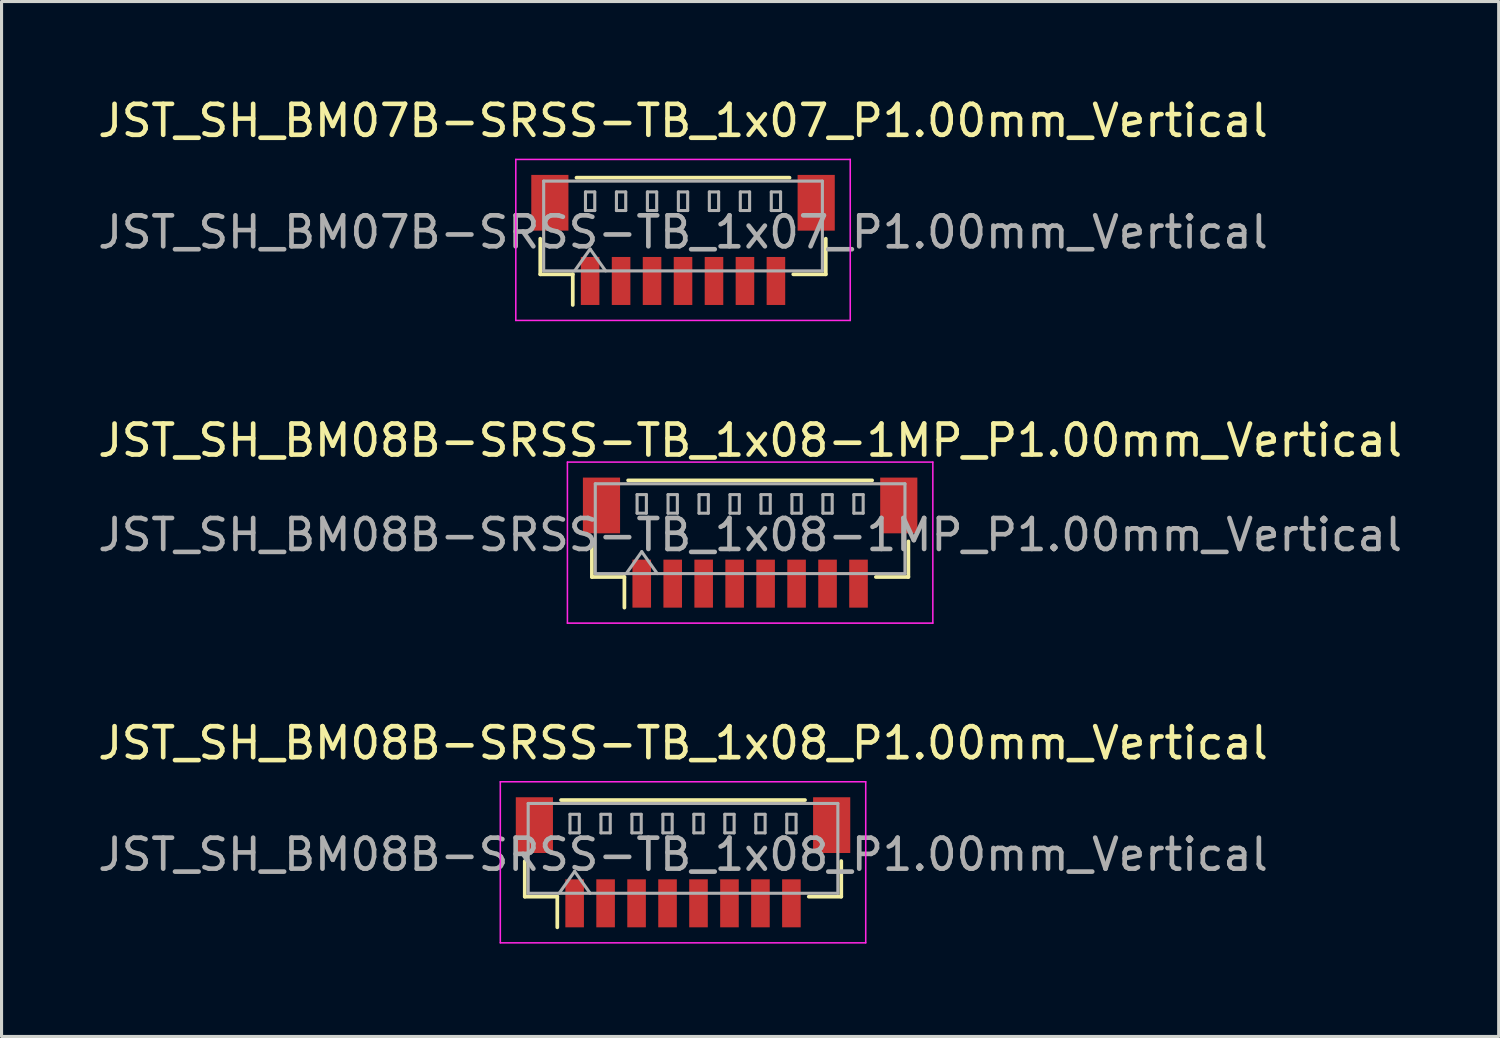
<source format=kicad_pcb>
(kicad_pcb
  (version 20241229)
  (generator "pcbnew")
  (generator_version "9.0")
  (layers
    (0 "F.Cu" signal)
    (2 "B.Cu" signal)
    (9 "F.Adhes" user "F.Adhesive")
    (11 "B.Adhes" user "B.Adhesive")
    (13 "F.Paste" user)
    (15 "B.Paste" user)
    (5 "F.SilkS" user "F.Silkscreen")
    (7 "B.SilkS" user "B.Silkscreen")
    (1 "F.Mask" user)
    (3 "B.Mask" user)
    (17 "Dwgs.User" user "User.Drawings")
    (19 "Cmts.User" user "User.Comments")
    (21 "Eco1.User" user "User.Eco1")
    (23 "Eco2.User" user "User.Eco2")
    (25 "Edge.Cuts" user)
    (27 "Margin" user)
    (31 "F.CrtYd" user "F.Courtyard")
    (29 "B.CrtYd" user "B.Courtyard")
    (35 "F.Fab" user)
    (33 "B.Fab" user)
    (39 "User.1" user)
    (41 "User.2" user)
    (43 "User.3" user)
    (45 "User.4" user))
  (footprint "JST_SH_BM08B-SRSS-TB_1x08_P1.00mm_Vertical"
    (layer "F.Cu")
    (at 19.006 24.795)
    (property "Reference" "JST_SH_BM08B-SRSS-TB_1x08_P1.00mm_Vertical" (at 0 -3.85 0) (layer "F.SilkS") (effects (font (size 1 1) (thickness 0.15))))
    (attr smd)
    (fp_line (start -5.11 -0.04) (end -5.11 1.11) (stroke (width 0.12) (type solid)) (layer "F.SilkS"))
    (fp_line (start -5.11 1.11) (end -4.06 1.11) (stroke (width 0.12) (type solid)) (layer "F.SilkS"))
    (fp_line (start -4.06 1.11) (end -4.06 2.1) (stroke (width 0.12) (type solid)) (layer "F.SilkS"))
    (fp_line (start -3.94 -2.01) (end 3.94 -2.01) (stroke (width 0.12) (type solid)) (layer "F.SilkS"))
    (fp_line (start 5.11 -0.04) (end 5.11 1.11) (stroke (width 0.12) (type solid)) (layer "F.SilkS"))
    (fp_line (start 5.11 1.11) (end 4.06 1.11) (stroke (width 0.12) (type solid)) (layer "F.SilkS"))
    (fp_line (start -5.9 -2.6) (end -5.9 2.6) (stroke (width 0.05) (type solid)) (layer "F.CrtYd"))
    (fp_line (start -5.9 2.6) (end 5.9 2.6) (stroke (width 0.05) (type solid)) (layer "F.CrtYd"))
    (fp_line (start 5.9 -2.6) (end -5.9 -2.6) (stroke (width 0.05) (type solid)) (layer "F.CrtYd"))
    (fp_line (start 5.9 2.6) (end 5.9 -2.6) (stroke (width 0.05) (type solid)) (layer "F.CrtYd"))
    (fp_line (start -5 -1.9) (end 5 -1.9) (stroke (width 0.1) (type solid)) (layer "F.Fab"))
    (fp_line (start -5 1) (end -5 -1.9) (stroke (width 0.1) (type solid)) (layer "F.Fab"))
    (fp_line (start -5 1) (end 5 1) (stroke (width 0.1) (type solid)) (layer "F.Fab"))
    (fp_line (start -4 1) (end -3.5 0.293) (stroke (width 0.1) (type solid)) (layer "F.Fab"))
    (fp_line (start -3.65 -1.55) (end -3.65 -0.95) (stroke (width 0.1) (type solid)) (layer "F.Fab"))
    (fp_line (start -3.65 -0.95) (end -3.35 -0.95) (stroke (width 0.1) (type solid)) (layer "F.Fab"))
    (fp_line (start -3.5 0.293) (end -3 1) (stroke (width 0.1) (type solid)) (layer "F.Fab"))
    (fp_line (start -3.35 -1.55) (end -3.65 -1.55) (stroke (width 0.1) (type solid)) (layer "F.Fab"))
    (fp_line (start -3.35 -0.95) (end -3.35 -1.55) (stroke (width 0.1) (type solid)) (layer "F.Fab"))
    (fp_line (start -2.65 -1.55) (end -2.65 -0.95) (stroke (width 0.1) (type solid)) (layer "F.Fab"))
    (fp_line (start -2.65 -0.95) (end -2.35 -0.95) (stroke (width 0.1) (type solid)) (layer "F.Fab"))
    (fp_line (start -2.35 -1.55) (end -2.65 -1.55) (stroke (width 0.1) (type solid)) (layer "F.Fab"))
    (fp_line (start -2.35 -0.95) (end -2.35 -1.55) (stroke (width 0.1) (type solid)) (layer "F.Fab"))
    (fp_line (start -1.65 -1.55) (end -1.65 -0.95) (stroke (width 0.1) (type solid)) (layer "F.Fab"))
    (fp_line (start -1.65 -0.95) (end -1.35 -0.95) (stroke (width 0.1) (type solid)) (layer "F.Fab"))
    (fp_line (start -1.35 -1.55) (end -1.65 -1.55) (stroke (width 0.1) (type solid)) (layer "F.Fab"))
    (fp_line (start -1.35 -0.95) (end -1.35 -1.55) (stroke (width 0.1) (type solid)) (layer "F.Fab"))
    (fp_line (start -0.65 -1.55) (end -0.65 -0.95) (stroke (width 0.1) (type solid)) (layer "F.Fab"))
    (fp_line (start -0.65 -0.95) (end -0.35 -0.95) (stroke (width 0.1) (type solid)) (layer "F.Fab"))
    (fp_line (start -0.35 -1.55) (end -0.65 -1.55) (stroke (width 0.1) (type solid)) (layer "F.Fab"))
    (fp_line (start -0.35 -0.95) (end -0.35 -1.55) (stroke (width 0.1) (type solid)) (layer "F.Fab"))
    (fp_line (start 0.35 -1.55) (end 0.35 -0.95) (stroke (width 0.1) (type solid)) (layer "F.Fab"))
    (fp_line (start 0.35 -0.95) (end 0.65 -0.95) (stroke (width 0.1) (type solid)) (layer "F.Fab"))
    (fp_line (start 0.65 -1.55) (end 0.35 -1.55) (stroke (width 0.1) (type solid)) (layer "F.Fab"))
    (fp_line (start 0.65 -0.95) (end 0.65 -1.55) (stroke (width 0.1) (type solid)) (layer "F.Fab"))
    (fp_line (start 1.35 -1.55) (end 1.35 -0.95) (stroke (width 0.1) (type solid)) (layer "F.Fab"))
    (fp_line (start 1.35 -0.95) (end 1.65 -0.95) (stroke (width 0.1) (type solid)) (layer "F.Fab"))
    (fp_line (start 1.65 -1.55) (end 1.35 -1.55) (stroke (width 0.1) (type solid)) (layer "F.Fab"))
    (fp_line (start 1.65 -0.95) (end 1.65 -1.55) (stroke (width 0.1) (type solid)) (layer "F.Fab"))
    (fp_line (start 2.35 -1.55) (end 2.35 -0.95) (stroke (width 0.1) (type solid)) (layer "F.Fab"))
    (fp_line (start 2.35 -0.95) (end 2.65 -0.95) (stroke (width 0.1) (type solid)) (layer "F.Fab"))
    (fp_line (start 2.65 -1.55) (end 2.35 -1.55) (stroke (width 0.1) (type solid)) (layer "F.Fab"))
    (fp_line (start 2.65 -0.95) (end 2.65 -1.55) (stroke (width 0.1) (type solid)) (layer "F.Fab"))
    (fp_line (start 3.35 -1.55) (end 3.35 -0.95) (stroke (width 0.1) (type solid)) (layer "F.Fab"))
    (fp_line (start 3.35 -0.95) (end 3.65 -0.95) (stroke (width 0.1) (type solid)) (layer "F.Fab"))
    (fp_line (start 3.65 -1.55) (end 3.35 -1.55) (stroke (width 0.1) (type solid)) (layer "F.Fab"))
    (fp_line (start 3.65 -0.95) (end 3.65 -1.55) (stroke (width 0.1) (type solid)) (layer "F.Fab"))
    (fp_line (start 5 1) (end 5 -1.9) (stroke (width 0.1) (type solid)) (layer "F.Fab"))
    (fp_text user "${REFERENCE}" (at 0 -0.25 0) (layer "F.Fab") (effects (font (size 1 1) (thickness 0.15))))
    (pad "" smd rect (at -4.8 -1.2) (size 1.2 1.8) (layers "F.Cu" "F.Mask" "F.Paste"))
    (pad "" smd rect (at 4.8 -1.2) (size 1.2 1.8) (layers "F.Cu" "F.Mask" "F.Paste"))
    (pad "1" smd rect (at -3.5 1.325) (size 0.6 1.55) (layers "F.Cu" "F.Mask" "F.Paste"))
    (pad "2" smd rect (at -2.5 1.325) (size 0.6 1.55) (layers "F.Cu" "F.Mask" "F.Paste"))
    (pad "3" smd rect (at -1.5 1.325) (size 0.6 1.55) (layers "F.Cu" "F.Mask" "F.Paste"))
    (pad "4" smd rect (at -0.5 1.325) (size 0.6 1.55) (layers "F.Cu" "F.Mask" "F.Paste"))
    (pad "5" smd rect (at 0.5 1.325) (size 0.6 1.55) (layers "F.Cu" "F.Mask" "F.Paste"))
    (pad "6" smd rect (at 1.5 1.325) (size 0.6 1.55) (layers "F.Cu" "F.Mask" "F.Paste"))
    (pad "7" smd rect (at 2.5 1.325) (size 0.6 1.55) (layers "F.Cu" "F.Mask" "F.Paste"))
    (pad "8" smd rect (at 3.5 1.325) (size 0.6 1.55) (layers "F.Cu" "F.Mask" "F.Paste")))
  (footprint "JST_SH_BM07B-SRSS-TB_1x07_P1.00mm_Vertical"
    (layer "F.Cu")
    (at 19.006 4.698)
    (property "Reference" "JST_SH_BM07B-SRSS-TB_1x07_P1.00mm_Vertical" (at 0 -3.85 0) (layer "F.SilkS") (effects (font (size 1 1) (thickness 0.15))))
    (attr smd)
    (fp_line (start -4.61 -0.04) (end -4.61 1.11) (stroke (width 0.12) (type solid)) (layer "F.SilkS"))
    (fp_line (start -4.61 1.11) (end -3.56 1.11) (stroke (width 0.12) (type solid)) (layer "F.SilkS"))
    (fp_line (start -3.56 1.11) (end -3.56 2.1) (stroke (width 0.12) (type solid)) (layer "F.SilkS"))
    (fp_line (start -3.44 -2.01) (end 3.44 -2.01) (stroke (width 0.12) (type solid)) (layer "F.SilkS"))
    (fp_line (start 4.61 -0.04) (end 4.61 1.11) (stroke (width 0.12) (type solid)) (layer "F.SilkS"))
    (fp_line (start 4.61 1.11) (end 3.56 1.11) (stroke (width 0.12) (type solid)) (layer "F.SilkS"))
    (fp_line (start -5.4 -2.6) (end -5.4 2.6) (stroke (width 0.05) (type solid)) (layer "F.CrtYd"))
    (fp_line (start -5.4 2.6) (end 5.4 2.6) (stroke (width 0.05) (type solid)) (layer "F.CrtYd"))
    (fp_line (start 5.4 -2.6) (end -5.4 -2.6) (stroke (width 0.05) (type solid)) (layer "F.CrtYd"))
    (fp_line (start 5.4 2.6) (end 5.4 -2.6) (stroke (width 0.05) (type solid)) (layer "F.CrtYd"))
    (fp_line (start -4.5 -1.9) (end 4.5 -1.9) (stroke (width 0.1) (type solid)) (layer "F.Fab"))
    (fp_line (start -4.5 1) (end -4.5 -1.9) (stroke (width 0.1) (type solid)) (layer "F.Fab"))
    (fp_line (start -4.5 1) (end 4.5 1) (stroke (width 0.1) (type solid)) (layer "F.Fab"))
    (fp_line (start -3.5 1) (end -3 0.293) (stroke (width 0.1) (type solid)) (layer "F.Fab"))
    (fp_line (start -3.15 -1.55) (end -3.15 -0.95) (stroke (width 0.1) (type solid)) (layer "F.Fab"))
    (fp_line (start -3.15 -0.95) (end -2.85 -0.95) (stroke (width 0.1) (type solid)) (layer "F.Fab"))
    (fp_line (start -3 0.293) (end -2.5 1) (stroke (width 0.1) (type solid)) (layer "F.Fab"))
    (fp_line (start -2.85 -1.55) (end -3.15 -1.55) (stroke (width 0.1) (type solid)) (layer "F.Fab"))
    (fp_line (start -2.85 -0.95) (end -2.85 -1.55) (stroke (width 0.1) (type solid)) (layer "F.Fab"))
    (fp_line (start -2.15 -1.55) (end -2.15 -0.95) (stroke (width 0.1) (type solid)) (layer "F.Fab"))
    (fp_line (start -2.15 -0.95) (end -1.85 -0.95) (stroke (width 0.1) (type solid)) (layer "F.Fab"))
    (fp_line (start -1.85 -1.55) (end -2.15 -1.55) (stroke (width 0.1) (type solid)) (layer "F.Fab"))
    (fp_line (start -1.85 -0.95) (end -1.85 -1.55) (stroke (width 0.1) (type solid)) (layer "F.Fab"))
    (fp_line (start -1.15 -1.55) (end -1.15 -0.95) (stroke (width 0.1) (type solid)) (layer "F.Fab"))
    (fp_line (start -1.15 -0.95) (end -0.85 -0.95) (stroke (width 0.1) (type solid)) (layer "F.Fab"))
    (fp_line (start -0.85 -1.55) (end -1.15 -1.55) (stroke (width 0.1) (type solid)) (layer "F.Fab"))
    (fp_line (start -0.85 -0.95) (end -0.85 -1.55) (stroke (width 0.1) (type solid)) (layer "F.Fab"))
    (fp_line (start -0.15 -1.55) (end -0.15 -0.95) (stroke (width 0.1) (type solid)) (layer "F.Fab"))
    (fp_line (start -0.15 -0.95) (end 0.15 -0.95) (stroke (width 0.1) (type solid)) (layer "F.Fab"))
    (fp_line (start 0.15 -1.55) (end -0.15 -1.55) (stroke (width 0.1) (type solid)) (layer "F.Fab"))
    (fp_line (start 0.15 -0.95) (end 0.15 -1.55) (stroke (width 0.1) (type solid)) (layer "F.Fab"))
    (fp_line (start 0.85 -1.55) (end 0.85 -0.95) (stroke (width 0.1) (type solid)) (layer "F.Fab"))
    (fp_line (start 0.85 -0.95) (end 1.15 -0.95) (stroke (width 0.1) (type solid)) (layer "F.Fab"))
    (fp_line (start 1.15 -1.55) (end 0.85 -1.55) (stroke (width 0.1) (type solid)) (layer "F.Fab"))
    (fp_line (start 1.15 -0.95) (end 1.15 -1.55) (stroke (width 0.1) (type solid)) (layer "F.Fab"))
    (fp_line (start 1.85 -1.55) (end 1.85 -0.95) (stroke (width 0.1) (type solid)) (layer "F.Fab"))
    (fp_line (start 1.85 -0.95) (end 2.15 -0.95) (stroke (width 0.1) (type solid)) (layer "F.Fab"))
    (fp_line (start 2.15 -1.55) (end 1.85 -1.55) (stroke (width 0.1) (type solid)) (layer "F.Fab"))
    (fp_line (start 2.15 -0.95) (end 2.15 -1.55) (stroke (width 0.1) (type solid)) (layer "F.Fab"))
    (fp_line (start 2.85 -1.55) (end 2.85 -0.95) (stroke (width 0.1) (type solid)) (layer "F.Fab"))
    (fp_line (start 2.85 -0.95) (end 3.15 -0.95) (stroke (width 0.1) (type solid)) (layer "F.Fab"))
    (fp_line (start 3.15 -1.55) (end 2.85 -1.55) (stroke (width 0.1) (type solid)) (layer "F.Fab"))
    (fp_line (start 3.15 -0.95) (end 3.15 -1.55) (stroke (width 0.1) (type solid)) (layer "F.Fab"))
    (fp_line (start 4.5 1) (end 4.5 -1.9) (stroke (width 0.1) (type solid)) (layer "F.Fab"))
    (fp_text user "${REFERENCE}" (at 0 -0.25 0) (layer "F.Fab") (effects (font (size 1 1) (thickness 0.15))))
    (pad "" smd rect (at -4.3 -1.2) (size 1.2 1.8) (layers "F.Cu" "F.Mask" "F.Paste"))
    (pad "" smd rect (at 4.3 -1.2) (size 1.2 1.8) (layers "F.Cu" "F.Mask" "F.Paste"))
    (pad "1" smd rect (at -3 1.325) (size 0.6 1.55) (layers "F.Cu" "F.Mask" "F.Paste"))
    (pad "2" smd rect (at -2 1.325) (size 0.6 1.55) (layers "F.Cu" "F.Mask" "F.Paste"))
    (pad "3" smd rect (at -1 1.325) (size 0.6 1.55) (layers "F.Cu" "F.Mask" "F.Paste"))
    (pad "4" smd rect (at 0 1.325) (size 0.6 1.55) (layers "F.Cu" "F.Mask" "F.Paste"))
    (pad "5" smd rect (at 1 1.325) (size 0.6 1.55) (layers "F.Cu" "F.Mask" "F.Paste"))
    (pad "6" smd rect (at 2 1.325) (size 0.6 1.55) (layers "F.Cu" "F.Mask" "F.Paste"))
    (pad "7" smd rect (at 3 1.325) (size 0.6 1.55) (layers "F.Cu" "F.Mask" "F.Paste")))
  (footprint "JST_SH_BM08B-SRSS-TB_1x08-1MP_P1.00mm_Vertical"
    (layer "F.Cu")
    (at 21.173 14.472)
    (property "Reference" "JST_SH_BM08B-SRSS-TB_1x08-1MP_P1.00mm_Vertical" (at 0 -3.3 0) (layer "F.SilkS") (effects (font (size 1 1) (thickness 0.15))))
    (attr smd)
    (fp_line (start -5.11 -0.04) (end -5.11 1.11) (stroke (width 0.12) (type solid)) (layer "F.SilkS"))
    (fp_line (start -5.11 1.11) (end -4.06 1.11) (stroke (width 0.12) (type solid)) (layer "F.SilkS"))
    (fp_line (start -4.06 1.11) (end -4.06 2.1) (stroke (width 0.12) (type solid)) (layer "F.SilkS"))
    (fp_line (start -3.94 -2.01) (end 3.94 -2.01) (stroke (width 0.12) (type solid)) (layer "F.SilkS"))
    (fp_line (start 5.11 -0.04) (end 5.11 1.11) (stroke (width 0.12) (type solid)) (layer "F.SilkS"))
    (fp_line (start 5.11 1.11) (end 4.06 1.11) (stroke (width 0.12) (type solid)) (layer "F.SilkS"))
    (fp_line (start -5.9 -2.6) (end -5.9 2.6) (stroke (width 0.05) (type solid)) (layer "F.CrtYd"))
    (fp_line (start -5.9 2.6) (end 5.9 2.6) (stroke (width 0.05) (type solid)) (layer "F.CrtYd"))
    (fp_line (start 5.9 -2.6) (end -5.9 -2.6) (stroke (width 0.05) (type solid)) (layer "F.CrtYd"))
    (fp_line (start 5.9 2.6) (end 5.9 -2.6) (stroke (width 0.05) (type solid)) (layer "F.CrtYd"))
    (fp_line (start -5 -1.9) (end 5 -1.9) (stroke (width 0.1) (type solid)) (layer "F.Fab"))
    (fp_line (start -5 1) (end -5 -1.9) (stroke (width 0.1) (type solid)) (layer "F.Fab"))
    (fp_line (start -5 1) (end 5 1) (stroke (width 0.1) (type solid)) (layer "F.Fab"))
    (fp_line (start -4 1) (end -3.5 0.293) (stroke (width 0.1) (type solid)) (layer "F.Fab"))
    (fp_line (start -3.65 -1.55) (end -3.65 -0.95) (stroke (width 0.1) (type solid)) (layer "F.Fab"))
    (fp_line (start -3.65 -0.95) (end -3.35 -0.95) (stroke (width 0.1) (type solid)) (layer "F.Fab"))
    (fp_line (start -3.5 0.293) (end -3 1) (stroke (width 0.1) (type solid)) (layer "F.Fab"))
    (fp_line (start -3.35 -1.55) (end -3.65 -1.55) (stroke (width 0.1) (type solid)) (layer "F.Fab"))
    (fp_line (start -3.35 -0.95) (end -3.35 -1.55) (stroke (width 0.1) (type solid)) (layer "F.Fab"))
    (fp_line (start -2.65 -1.55) (end -2.65 -0.95) (stroke (width 0.1) (type solid)) (layer "F.Fab"))
    (fp_line (start -2.65 -0.95) (end -2.35 -0.95) (stroke (width 0.1) (type solid)) (layer "F.Fab"))
    (fp_line (start -2.35 -1.55) (end -2.65 -1.55) (stroke (width 0.1) (type solid)) (layer "F.Fab"))
    (fp_line (start -2.35 -0.95) (end -2.35 -1.55) (stroke (width 0.1) (type solid)) (layer "F.Fab"))
    (fp_line (start -1.65 -1.55) (end -1.65 -0.95) (stroke (width 0.1) (type solid)) (layer "F.Fab"))
    (fp_line (start -1.65 -0.95) (end -1.35 -0.95) (stroke (width 0.1) (type solid)) (layer "F.Fab"))
    (fp_line (start -1.35 -1.55) (end -1.65 -1.55) (stroke (width 0.1) (type solid)) (layer "F.Fab"))
    (fp_line (start -1.35 -0.95) (end -1.35 -1.55) (stroke (width 0.1) (type solid)) (layer "F.Fab"))
    (fp_line (start -0.65 -1.55) (end -0.65 -0.95) (stroke (width 0.1) (type solid)) (layer "F.Fab"))
    (fp_line (start -0.65 -0.95) (end -0.35 -0.95) (stroke (width 0.1) (type solid)) (layer "F.Fab"))
    (fp_line (start -0.35 -1.55) (end -0.65 -1.55) (stroke (width 0.1) (type solid)) (layer "F.Fab"))
    (fp_line (start -0.35 -0.95) (end -0.35 -1.55) (stroke (width 0.1) (type solid)) (layer "F.Fab"))
    (fp_line (start 0.35 -1.55) (end 0.35 -0.95) (stroke (width 0.1) (type solid)) (layer "F.Fab"))
    (fp_line (start 0.35 -0.95) (end 0.65 -0.95) (stroke (width 0.1) (type solid)) (layer "F.Fab"))
    (fp_line (start 0.65 -1.55) (end 0.35 -1.55) (stroke (width 0.1) (type solid)) (layer "F.Fab"))
    (fp_line (start 0.65 -0.95) (end 0.65 -1.55) (stroke (width 0.1) (type solid)) (layer "F.Fab"))
    (fp_line (start 1.35 -1.55) (end 1.35 -0.95) (stroke (width 0.1) (type solid)) (layer "F.Fab"))
    (fp_line (start 1.35 -0.95) (end 1.65 -0.95) (stroke (width 0.1) (type solid)) (layer "F.Fab"))
    (fp_line (start 1.65 -1.55) (end 1.35 -1.55) (stroke (width 0.1) (type solid)) (layer "F.Fab"))
    (fp_line (start 1.65 -0.95) (end 1.65 -1.55) (stroke (width 0.1) (type solid)) (layer "F.Fab"))
    (fp_line (start 2.35 -1.55) (end 2.35 -0.95) (stroke (width 0.1) (type solid)) (layer "F.Fab"))
    (fp_line (start 2.35 -0.95) (end 2.65 -0.95) (stroke (width 0.1) (type solid)) (layer "F.Fab"))
    (fp_line (start 2.65 -1.55) (end 2.35 -1.55) (stroke (width 0.1) (type solid)) (layer "F.Fab"))
    (fp_line (start 2.65 -0.95) (end 2.65 -1.55) (stroke (width 0.1) (type solid)) (layer "F.Fab"))
    (fp_line (start 3.35 -1.55) (end 3.35 -0.95) (stroke (width 0.1) (type solid)) (layer "F.Fab"))
    (fp_line (start 3.35 -0.95) (end 3.65 -0.95) (stroke (width 0.1) (type solid)) (layer "F.Fab"))
    (fp_line (start 3.65 -1.55) (end 3.35 -1.55) (stroke (width 0.1) (type solid)) (layer "F.Fab"))
    (fp_line (start 3.65 -0.95) (end 3.65 -1.55) (stroke (width 0.1) (type solid)) (layer "F.Fab"))
    (fp_line (start 5 1) (end 5 -1.9) (stroke (width 0.1) (type solid)) (layer "F.Fab"))
    (fp_text user "${REFERENCE}" (at 0 -0.25 0) (layer "F.Fab") (effects (font (size 1 1) (thickness 0.15))))
    (pad "1" smd rect (at -3.5 1.325) (size 0.6 1.55) (layers "F.Cu" "F.Mask" "F.Paste"))
    (pad "2" smd rect (at -2.5 1.325) (size 0.6 1.55) (layers "F.Cu" "F.Mask" "F.Paste"))
    (pad "3" smd rect (at -1.5 1.325) (size 0.6 1.55) (layers "F.Cu" "F.Mask" "F.Paste"))
    (pad "4" smd rect (at -0.5 1.325) (size 0.6 1.55) (layers "F.Cu" "F.Mask" "F.Paste"))
    (pad "5" smd rect (at 0.5 1.325) (size 0.6 1.55) (layers "F.Cu" "F.Mask" "F.Paste"))
    (pad "6" smd rect (at 1.5 1.325) (size 0.6 1.55) (layers "F.Cu" "F.Mask" "F.Paste"))
    (pad "7" smd rect (at 2.5 1.325) (size 0.6 1.55) (layers "F.Cu" "F.Mask" "F.Paste"))
    (pad "8" smd rect (at 3.5 1.325) (size 0.6 1.55) (layers "F.Cu" "F.Mask" "F.Paste"))
    (pad "MP" smd rect (at -4.8 -1.2) (size 1.2 1.8) (layers "F.Cu" "F.Mask" "F.Paste"))
    (pad "MP" smd rect (at 4.8 -1.2) (size 1.2 1.8) (layers "F.Cu" "F.Mask" "F.Paste")))
  (gr_rect
    (start -3 -3)
    (end 45.345 30.42)
    (stroke (width 0.1) (type default))
    (fill no)
    (layer "Edge.Cuts")))
</source>
